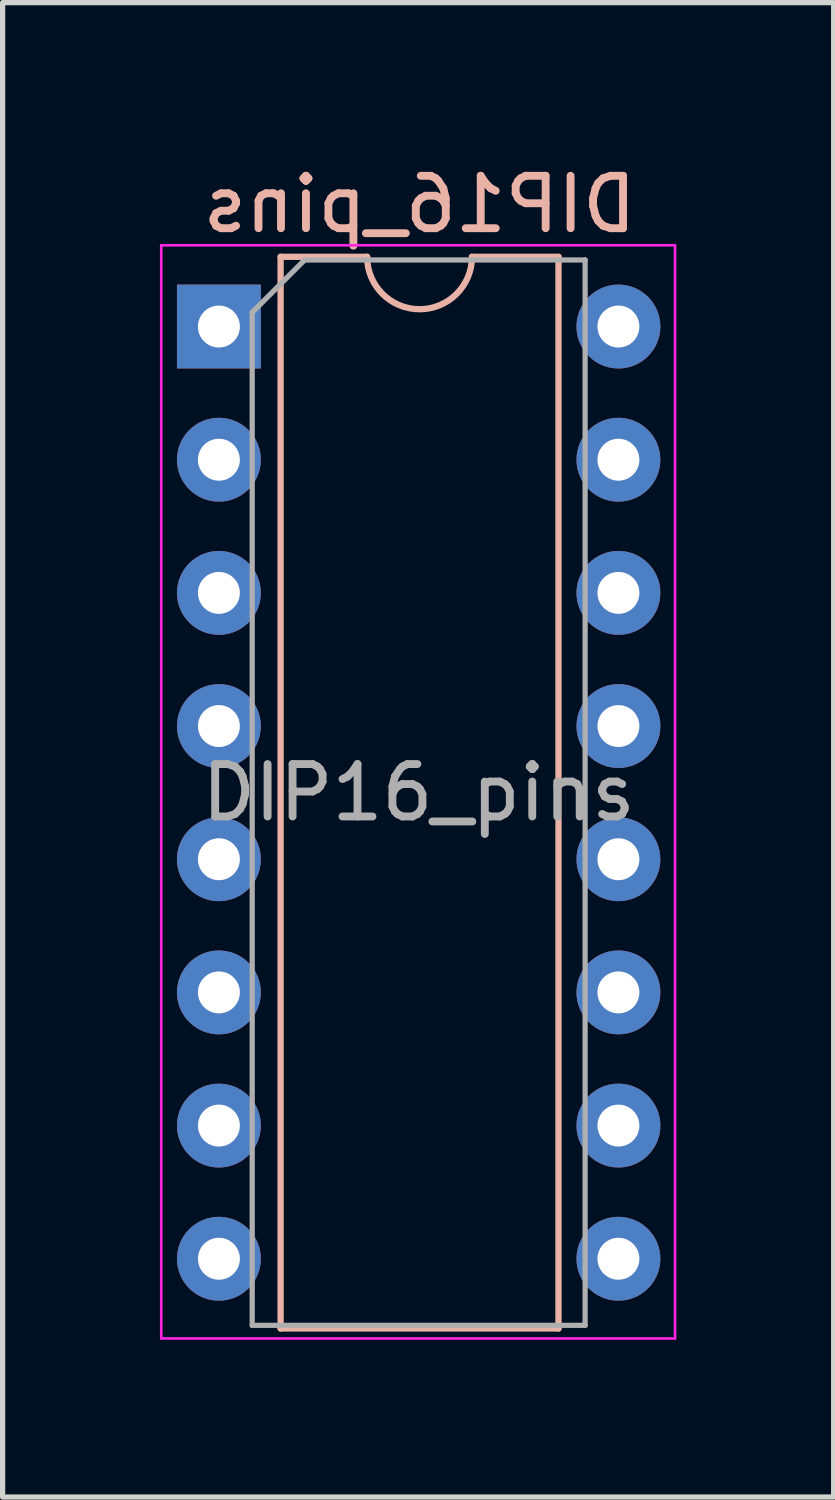
<source format=kicad_pcb>
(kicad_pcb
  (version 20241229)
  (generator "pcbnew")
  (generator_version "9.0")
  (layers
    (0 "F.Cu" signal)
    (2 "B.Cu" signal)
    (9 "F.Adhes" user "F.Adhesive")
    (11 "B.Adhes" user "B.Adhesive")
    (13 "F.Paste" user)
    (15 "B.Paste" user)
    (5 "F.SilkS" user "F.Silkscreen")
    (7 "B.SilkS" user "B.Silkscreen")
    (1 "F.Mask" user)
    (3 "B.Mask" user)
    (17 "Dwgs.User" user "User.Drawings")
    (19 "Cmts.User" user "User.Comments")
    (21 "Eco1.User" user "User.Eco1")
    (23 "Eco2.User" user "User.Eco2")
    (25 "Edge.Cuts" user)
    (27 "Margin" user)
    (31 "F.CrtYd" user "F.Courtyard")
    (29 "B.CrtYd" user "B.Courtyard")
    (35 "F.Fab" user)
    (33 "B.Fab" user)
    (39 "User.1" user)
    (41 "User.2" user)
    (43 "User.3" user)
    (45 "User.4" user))
  (footprint "DIP16_pins"
    (layer "F.Cu")
    (at 1.125 3.178)
    (property "Reference" "DIP16_pins" (at 3.827 -2.33 0) (layer "B.SilkS") (effects (font (size 1 1) (thickness 0.15)) (justify mirror)))
    (attr through_hole)
    (fp_line (start 1.177 -1.33) (end 2.827 -1.33) (stroke (width 0.12) (type solid)) (layer "B.SilkS"))
    (fp_line (start 1.177 19.11) (end 1.177 -1.33) (stroke (width 0.12) (type solid)) (layer "B.SilkS"))
    (fp_line (start 4.827 -1.33) (end 6.477 -1.33) (stroke (width 0.12) (type solid)) (layer "B.SilkS"))
    (fp_line (start 6.477 -1.33) (end 6.477 19.11) (stroke (width 0.12) (type solid)) (layer "B.SilkS"))
    (fp_line (start 6.477 19.11) (end 1.177 19.11) (stroke (width 0.12) (type solid)) (layer "B.SilkS"))
    (fp_arc (start 4.827 -1.33) (mid 3.827 -0.33) (end 2.827 -1.33) (stroke (width 0.12) (type solid)) (layer "B.SilkS"))
    (fp_line (start -1.1 -1.55) (end -1.1 19.3) (stroke (width 0.05) (type solid)) (layer "F.CrtYd"))
    (fp_line (start -1.1 19.3) (end 8.7 19.3) (stroke (width 0.05) (type solid)) (layer "F.CrtYd"))
    (fp_line (start 8.7 -1.55) (end -1.1 -1.55) (stroke (width 0.05) (type solid)) (layer "F.CrtYd"))
    (fp_line (start 8.7 19.3) (end 8.7 -1.55) (stroke (width 0.05) (type solid)) (layer "F.CrtYd"))
    (fp_line (start 0.635 -0.27) (end 1.635 -1.27) (stroke (width 0.1) (type solid)) (layer "F.Fab"))
    (fp_line (start 0.635 19.05) (end 0.635 -0.27) (stroke (width 0.1) (type solid)) (layer "F.Fab"))
    (fp_line (start 1.635 -1.27) (end 6.985 -1.27) (stroke (width 0.1) (type solid)) (layer "F.Fab"))
    (fp_line (start 6.985 -1.27) (end 6.985 19.05) (stroke (width 0.1) (type solid)) (layer "F.Fab"))
    (fp_line (start 6.985 19.05) (end 0.635 19.05) (stroke (width 0.1) (type solid)) (layer "F.Fab"))
    (fp_text user "${REFERENCE}" (at 3.81 8.89 0) (layer "F.Fab") (effects (font (size 1 1) (thickness 0.15))))
    (pad "1" thru_hole rect (at 0 0) (size 1.6 1.6) (drill 0.8) (layers "*.Cu" "*.Mask"))
    (pad "2" thru_hole oval (at 0 2.54) (size 1.6 1.6) (drill 0.8) (layers "*.Cu" "*.Mask"))
    (pad "3" thru_hole oval (at 0 5.08) (size 1.6 1.6) (drill 0.8) (layers "*.Cu" "*.Mask"))
    (pad "4" thru_hole oval (at 0 7.62) (size 1.6 1.6) (drill 0.8) (layers "*.Cu" "*.Mask"))
    (pad "5" thru_hole oval (at 0 10.16) (size 1.6 1.6) (drill 0.8) (layers "*.Cu" "*.Mask"))
    (pad "6" thru_hole oval (at 0 12.7) (size 1.6 1.6) (drill 0.8) (layers "*.Cu" "*.Mask"))
    (pad "7" thru_hole oval (at 0 15.24) (size 1.6 1.6) (drill 0.8) (layers "*.Cu" "*.Mask"))
    (pad "8" thru_hole oval (at 0 17.78) (size 1.6 1.6) (drill 0.8) (layers "*.Cu" "*.Mask"))
    (pad "9" thru_hole oval (at 7.62 17.78) (size 1.6 1.6) (drill 0.8) (layers "*.Cu" "*.Mask"))
    (pad "10" thru_hole oval (at 7.62 15.24) (size 1.6 1.6) (drill 0.8) (layers "*.Cu" "*.Mask"))
    (pad "11" thru_hole oval (at 7.62 12.7) (size 1.6 1.6) (drill 0.8) (layers "*.Cu" "*.Mask"))
    (pad "12" thru_hole oval (at 7.62 10.16) (size 1.6 1.6) (drill 0.8) (layers "*.Cu" "*.Mask"))
    (pad "13" thru_hole oval (at 7.62 7.62) (size 1.6 1.6) (drill 0.8) (layers "*.Cu" "*.Mask"))
    (pad "14" thru_hole oval (at 7.62 5.08) (size 1.6 1.6) (drill 0.8) (layers "*.Cu" "*.Mask"))
    (pad "15" thru_hole oval (at 7.62 2.54) (size 1.6 1.6) (drill 0.8) (layers "*.Cu" "*.Mask"))
    (pad "16" thru_hole oval (at 7.62 0) (size 1.6 1.6) (drill 0.8) (layers "*.Cu" "*.Mask")))
  (gr_rect
    (start -3 -3)
    (end 12.85 25.503)
    (stroke (width 0.1) (type default))
    (fill no)
    (layer "Edge.Cuts")))
</source>
